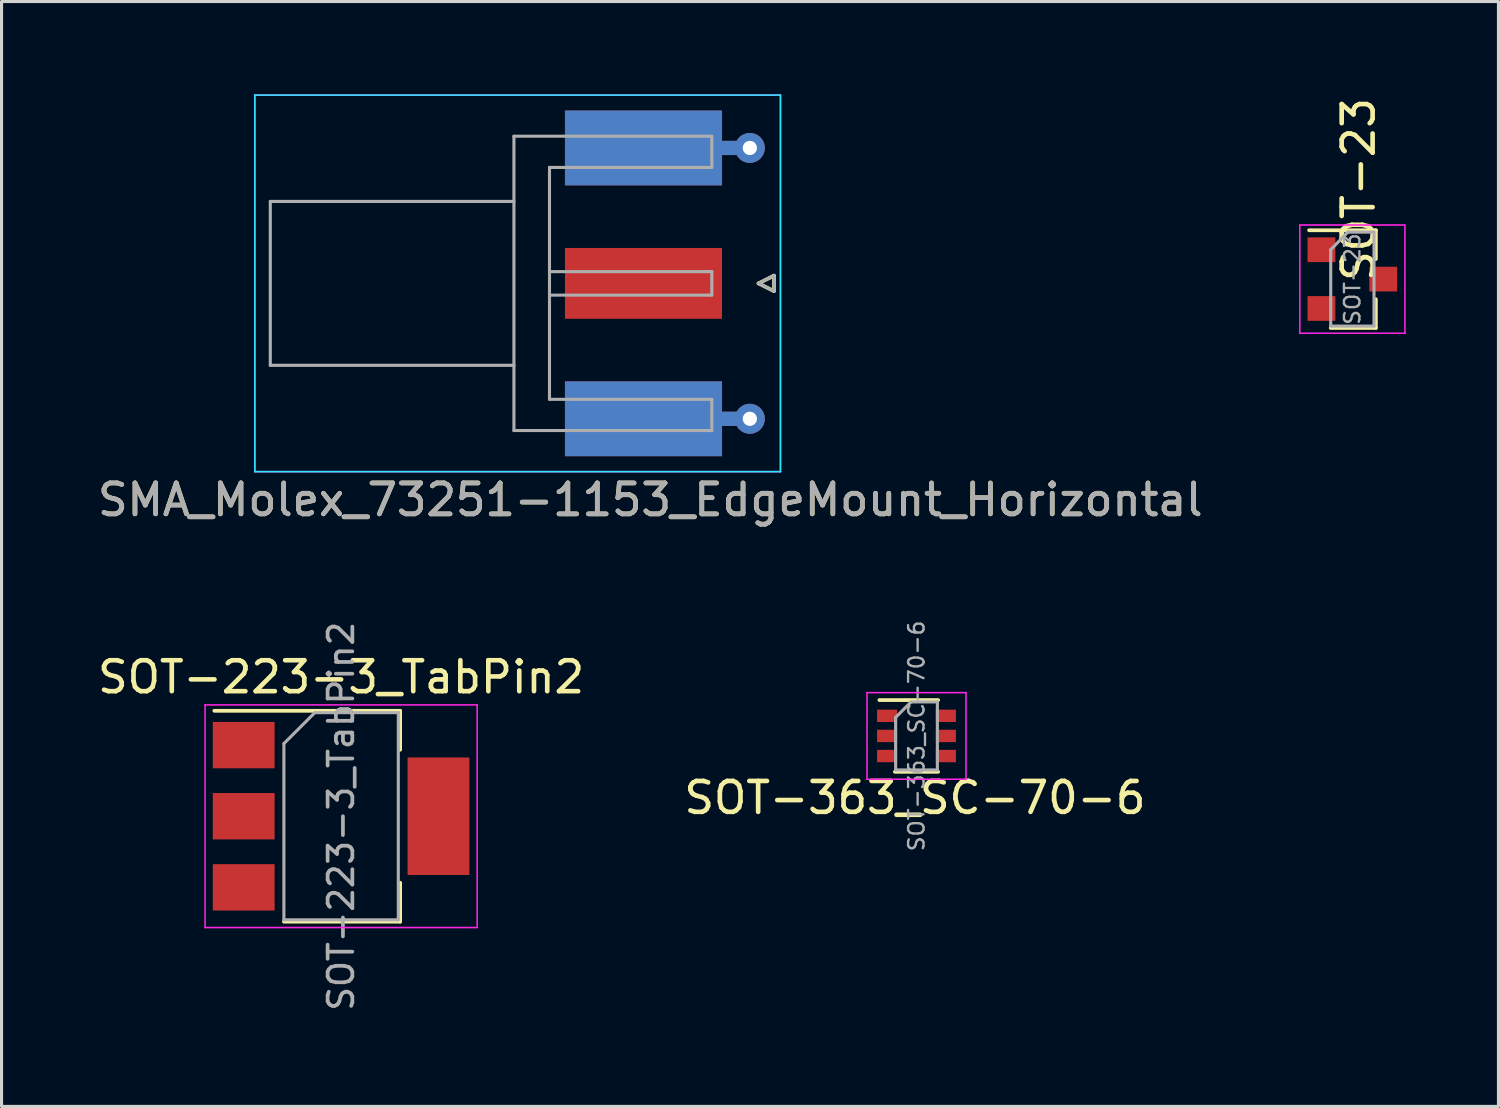
<source format=kicad_pcb>
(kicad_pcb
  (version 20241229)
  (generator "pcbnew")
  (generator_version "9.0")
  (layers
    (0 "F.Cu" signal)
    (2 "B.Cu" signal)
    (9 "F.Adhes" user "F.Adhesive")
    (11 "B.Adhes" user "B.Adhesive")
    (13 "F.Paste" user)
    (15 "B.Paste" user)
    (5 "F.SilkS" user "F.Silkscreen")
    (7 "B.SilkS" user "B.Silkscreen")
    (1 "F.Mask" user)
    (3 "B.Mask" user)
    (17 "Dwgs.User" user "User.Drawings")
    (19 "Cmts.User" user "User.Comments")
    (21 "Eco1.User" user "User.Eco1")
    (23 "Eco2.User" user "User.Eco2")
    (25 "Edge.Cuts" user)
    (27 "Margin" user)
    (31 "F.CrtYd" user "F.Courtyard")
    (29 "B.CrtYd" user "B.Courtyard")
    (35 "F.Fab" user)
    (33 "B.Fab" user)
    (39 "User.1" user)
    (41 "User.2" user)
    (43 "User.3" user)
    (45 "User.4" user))
  (footprint "SOT-223-3_TabPin2"
    (layer "F.Cu")
    (at 7.982 23.349)
    (property "Reference" "SOT-223-3_TabPin2" (at 0 -4.5 0) (layer "F.SilkS") (effects (font (size 1 1) (thickness 0.15))))
    (attr smd)
    (fp_line (start -4.1 -3.41) (end 1.91 -3.41) (stroke (width 0.12) (type solid)) (layer "F.SilkS"))
    (fp_line (start -1.85 3.41) (end 1.91 3.41) (stroke (width 0.12) (type solid)) (layer "F.SilkS"))
    (fp_line (start 1.91 -3.41) (end 1.91 -2.15) (stroke (width 0.12) (type solid)) (layer "F.SilkS"))
    (fp_line (start 1.91 3.41) (end 1.91 2.15) (stroke (width 0.12) (type solid)) (layer "F.SilkS"))
    (fp_line (start -4.4 -3.6) (end -4.4 3.6) (stroke (width 0.05) (type solid)) (layer "F.CrtYd"))
    (fp_line (start -4.4 3.6) (end 4.4 3.6) (stroke (width 0.05) (type solid)) (layer "F.CrtYd"))
    (fp_line (start 4.4 -3.6) (end -4.4 -3.6) (stroke (width 0.05) (type solid)) (layer "F.CrtYd"))
    (fp_line (start 4.4 3.6) (end 4.4 -3.6) (stroke (width 0.05) (type solid)) (layer "F.CrtYd"))
    (fp_line (start -1.85 -2.35) (end -1.85 3.35) (stroke (width 0.1) (type solid)) (layer "F.Fab"))
    (fp_line (start -1.85 -2.35) (end -0.85 -3.35) (stroke (width 0.1) (type solid)) (layer "F.Fab"))
    (fp_line (start -1.85 3.35) (end 1.85 3.35) (stroke (width 0.1) (type solid)) (layer "F.Fab"))
    (fp_line (start -0.85 -3.35) (end 1.85 -3.35) (stroke (width 0.1) (type solid)) (layer "F.Fab"))
    (fp_line (start 1.85 -3.35) (end 1.85 3.35) (stroke (width 0.1) (type solid)) (layer "F.Fab"))
    (fp_text user "${REFERENCE}" (at 0 0 90) (layer "F.Fab") (effects (font (size 0.8 0.8) (thickness 0.12))))
    (pad "1" smd rect (at -3.15 -2.3) (size 2 1.5) (layers "F.Cu" "F.Mask" "F.Paste"))
    (pad "2" smd rect (at -3.15 0) (size 2 1.5) (layers "F.Cu" "F.Mask" "F.Paste"))
    (pad "2" smd rect (at 3.15 0) (size 2 3.8) (layers "F.Cu" "F.Mask" "F.Paste"))
    (pad "3" smd rect (at -3.15 2.3) (size 2 1.5) (layers "F.Cu" "F.Mask" "F.Paste")))
  (footprint "SOT-23"
    (layer "F.Cu")
    (at 40.689 5.977)
    (property "Reference" "SOT-23" (at 0.2 -2.9 90) (layer "F.SilkS") (effects (font (size 1 1) (thickness 0.15))))
    (attr smd)
    (fp_line (start 0.76 -1.58) (end -1.4 -1.58) (stroke (width 0.12) (type solid)) (layer "F.SilkS"))
    (fp_line (start 0.76 -1.58) (end 0.76 -0.65) (stroke (width 0.12) (type solid)) (layer "F.SilkS"))
    (fp_line (start 0.76 1.58) (end -0.7 1.58) (stroke (width 0.12) (type solid)) (layer "F.SilkS"))
    (fp_line (start 0.76 1.58) (end 0.76 0.65) (stroke (width 0.12) (type solid)) (layer "F.SilkS"))
    (fp_line (start -1.7 -1.75) (end 1.7 -1.75) (stroke (width 0.05) (type solid)) (layer "F.CrtYd"))
    (fp_line (start -1.7 1.75) (end -1.7 -1.75) (stroke (width 0.05) (type solid)) (layer "F.CrtYd"))
    (fp_line (start 1.7 -1.75) (end 1.7 1.75) (stroke (width 0.05) (type solid)) (layer "F.CrtYd"))
    (fp_line (start 1.7 1.75) (end -1.7 1.75) (stroke (width 0.05) (type solid)) (layer "F.CrtYd"))
    (fp_line (start -0.7 -0.95) (end -0.7 1.5) (stroke (width 0.1) (type solid)) (layer "F.Fab"))
    (fp_line (start -0.7 -0.95) (end -0.15 -1.52) (stroke (width 0.1) (type solid)) (layer "F.Fab"))
    (fp_line (start -0.7 1.52) (end 0.7 1.52) (stroke (width 0.1) (type solid)) (layer "F.Fab"))
    (fp_line (start -0.15 -1.52) (end 0.7 -1.52) (stroke (width 0.1) (type solid)) (layer "F.Fab"))
    (fp_line (start 0.7 -1.52) (end 0.7 1.52) (stroke (width 0.1) (type solid)) (layer "F.Fab"))
    (fp_text user "${REFERENCE}" (at 0 0 90) (layer "F.Fab") (effects (font (size 0.5 0.5) (thickness 0.075))))
    (pad "1" smd rect (at -1 -0.95) (size 0.9 0.8) (layers "F.Cu" "F.Mask" "F.Paste"))
    (pad "2" smd rect (at -1 0.95) (size 0.9 0.8) (layers "F.Cu" "F.Mask" "F.Paste"))
    (pad "3" smd rect (at 1 0) (size 0.9 0.8) (layers "F.Cu" "F.Mask" "F.Paste")))
  (footprint "SMA_Molex_73251-1153_EdgeMount_Horizontal"
    (layer "F.Cu")
    (at 19.482 6.115)
    (property "Reference" "SMA_Molex_73251-1153_EdgeMount_Horizontal" (at -1.5 7 0) (layer "F.SilkS") (effects (font (size 1 1) (thickness 0.15))))
    (attr smd)
    (fp_line (start 2 0) (end 2.5 -0.25) (stroke (width 0.12) (type solid)) (layer "F.SilkS"))
    (fp_line (start 2.5 -0.25) (end 2.5 0.25) (stroke (width 0.12) (type solid)) (layer "F.SilkS"))
    (fp_line (start 2.5 0.25) (end 2 0) (stroke (width 0.12) (type solid)) (layer "F.SilkS"))
    (fp_line (start -14.29 -6.09) (end -14.29 6.09) (stroke (width 0.05) (type solid)) (layer "B.CrtYd"))
    (fp_line (start -14.29 -6.09) (end 2.71 -6.09) (stroke (width 0.05) (type solid)) (layer "B.CrtYd"))
    (fp_line (start -14.29 6.09) (end 2.71 6.09) (stroke (width 0.05) (type solid)) (layer "B.CrtYd"))
    (fp_line (start 2.71 -6.09) (end 2.71 6.09) (stroke (width 0.05) (type solid)) (layer "B.CrtYd"))
    (fp_line (start -14.29 -6.09) (end -14.29 6.09) (stroke (width 0.05) (type solid)) (layer "F.CrtYd"))
    (fp_line (start -14.29 6.09) (end 2.71 6.09) (stroke (width 0.05) (type solid)) (layer "F.CrtYd"))
    (fp_line (start 2.71 -6.09) (end -14.29 -6.09) (stroke (width 0.05) (type solid)) (layer "F.CrtYd"))
    (fp_line (start 2.71 -6.09) (end 2.71 6.09) (stroke (width 0.05) (type solid)) (layer "F.CrtYd"))
    (fp_line (start -13.79 -2.65) (end -13.79 2.65) (stroke (width 0.1) (type solid)) (layer "F.Fab"))
    (fp_line (start -13.79 -2.65) (end -5.91 -2.65) (stroke (width 0.1) (type solid)) (layer "F.Fab"))
    (fp_line (start -13.79 2.65) (end -5.91 2.65) (stroke (width 0.1) (type solid)) (layer "F.Fab"))
    (fp_line (start -5.91 -4.76) (end -5.91 4.76) (stroke (width 0.1) (type solid)) (layer "F.Fab"))
    (fp_line (start -5.91 4.76) (end 0.49 4.76) (stroke (width 0.1) (type solid)) (layer "F.Fab"))
    (fp_line (start -4.76 -3.75) (end -4.76 3.75) (stroke (width 0.1) (type solid)) (layer "F.Fab"))
    (fp_line (start -4.76 -3.75) (end 0.49 -3.75) (stroke (width 0.1) (type solid)) (layer "F.Fab"))
    (fp_line (start -4.76 -0.38) (end 0.49 -0.38) (stroke (width 0.1) (type solid)) (layer "F.Fab"))
    (fp_line (start -4.76 0.38) (end 0.49 0.38) (stroke (width 0.1) (type solid)) (layer "F.Fab"))
    (fp_line (start -4.76 3.75) (end 0.49 3.75) (stroke (width 0.1) (type solid)) (layer "F.Fab"))
    (fp_line (start 0.49 -4.76) (end -5.91 -4.76) (stroke (width 0.1) (type solid)) (layer "F.Fab"))
    (fp_line (start 0.49 -4.76) (end 0.49 -3.75) (stroke (width 0.1) (type solid)) (layer "F.Fab"))
    (fp_line (start 0.49 -0.38) (end 0.49 0.38) (stroke (width 0.1) (type solid)) (layer "F.Fab"))
    (fp_line (start 0.49 3.75) (end 0.49 4.76) (stroke (width 0.1) (type solid)) (layer "F.Fab"))
    (fp_line (start 2 0) (end 2.5 0.25) (stroke (width 0.1) (type solid)) (layer "F.Fab"))
    (fp_line (start 2.5 -0.25) (end 2 0) (stroke (width 0.1) (type solid)) (layer "F.Fab"))
    (fp_line (start 2.5 0.25) (end 2.5 -0.25) (stroke (width 0.1) (type solid)) (layer "F.Fab"))
    (fp_text user "${REFERENCE}" (at -1.5 7 0) (layer "F.Fab") (effects (font (size 1 1) (thickness 0.15))))
    (pad "1" smd rect (at -1.72 0) (size 5.08 2.29) (layers "F.Cu" "F.Mask" "F.Paste"))
    (pad "2" smd rect (at -1.72 -4.38) (size 5.08 2.42) (layers "F.Cu" "F.Mask" "F.Paste"))
    (pad "2" smd rect (at -1.72 -4.38) (size 5.08 2.42) (layers "B.Cu" "B.Mask" "B.Paste"))
    (pad "2" smd rect (at -1.72 4.38) (size 5.08 2.42) (layers "F.Cu" "F.Mask" "F.Paste"))
    (pad "2" smd rect (at -1.72 4.38) (size 5.08 2.42) (layers "B.Cu" "B.Mask" "B.Paste"))
    (pad "2" smd rect (at 1.27 -4.38) (size 0.95 0.46) (layers "F.Cu"))
    (pad "2" smd rect (at 1.27 -4.38) (size 0.95 0.46) (layers "B.Cu"))
    (pad "2" smd rect (at 1.27 4.38) (size 0.95 0.46) (layers "F.Cu"))
    (pad "2" smd rect (at 1.27 4.38) (size 0.95 0.46) (layers "B.Cu"))
    (pad "2" thru_hole circle (at 1.72 -4.38) (size 0.97 0.97) (drill 0.46) (layers "*.Cu"))
    (pad "2" thru_hole circle (at 1.72 4.38) (size 0.97 0.97) (drill 0.46) (layers "*.Cu")))
  (footprint "SOT-363_SC-70-6"
    (layer "F.Cu")
    (at 26.592 20.752)
    (property "Reference" "SOT-363_SC-70-6" (at -0.05 2 0) (layer "F.SilkS") (effects (font (size 1 1) (thickness 0.15))))
    (attr smd)
    (fp_line (start -0.7 1.16) (end 0.7 1.16) (stroke (width 0.12) (type solid)) (layer "F.SilkS"))
    (fp_line (start 0.7 -1.16) (end -1.2 -1.16) (stroke (width 0.12) (type solid)) (layer "F.SilkS"))
    (fp_line (start -1.6 -1.4) (end -1.6 1.4) (stroke (width 0.05) (type solid)) (layer "F.CrtYd"))
    (fp_line (start -1.6 -1.4) (end 1.6 -1.4) (stroke (width 0.05) (type solid)) (layer "F.CrtYd"))
    (fp_line (start -1.6 1.4) (end 1.6 1.4) (stroke (width 0.05) (type solid)) (layer "F.CrtYd"))
    (fp_line (start 1.6 1.4) (end 1.6 -1.4) (stroke (width 0.05) (type solid)) (layer "F.CrtYd"))
    (fp_line (start -0.675 -0.6) (end -0.675 1.1) (stroke (width 0.1) (type solid)) (layer "F.Fab"))
    (fp_line (start -0.175 -1.1) (end -0.675 -0.6) (stroke (width 0.1) (type solid)) (layer "F.Fab"))
    (fp_line (start 0.675 -1.1) (end -0.175 -1.1) (stroke (width 0.1) (type solid)) (layer "F.Fab"))
    (fp_line (start 0.675 -1.1) (end 0.675 1.1) (stroke (width 0.1) (type solid)) (layer "F.Fab"))
    (fp_line (start 0.675 1.1) (end -0.675 1.1) (stroke (width 0.1) (type solid)) (layer "F.Fab"))
    (fp_text user "${REFERENCE}" (at 0 0 90) (layer "F.Fab") (effects (font (size 0.5 0.5) (thickness 0.075))))
    (pad "1" smd rect (at -0.95 -0.65) (size 0.65 0.4) (layers "F.Cu" "F.Mask" "F.Paste"))
    (pad "2" smd rect (at -0.95 0) (size 0.65 0.4) (layers "F.Cu" "F.Mask" "F.Paste"))
    (pad "3" smd rect (at -0.95 0.65) (size 0.65 0.4) (layers "F.Cu" "F.Mask" "F.Paste"))
    (pad "4" smd rect (at 0.95 0.65) (size 0.65 0.4) (layers "F.Cu" "F.Mask" "F.Paste"))
    (pad "5" smd rect (at 0.95 0) (size 0.65 0.4) (layers "F.Cu" "F.Mask" "F.Paste"))
    (pad "6" smd rect (at 0.95 -0.65) (size 0.65 0.4) (layers "F.Cu" "F.Mask" "F.Paste")))
  (gr_rect
    (start -3 -3)
    (end 45.414 32.735)
    (stroke (width 0.1) (type default))
    (fill no)
    (layer "Edge.Cuts")))
</source>
